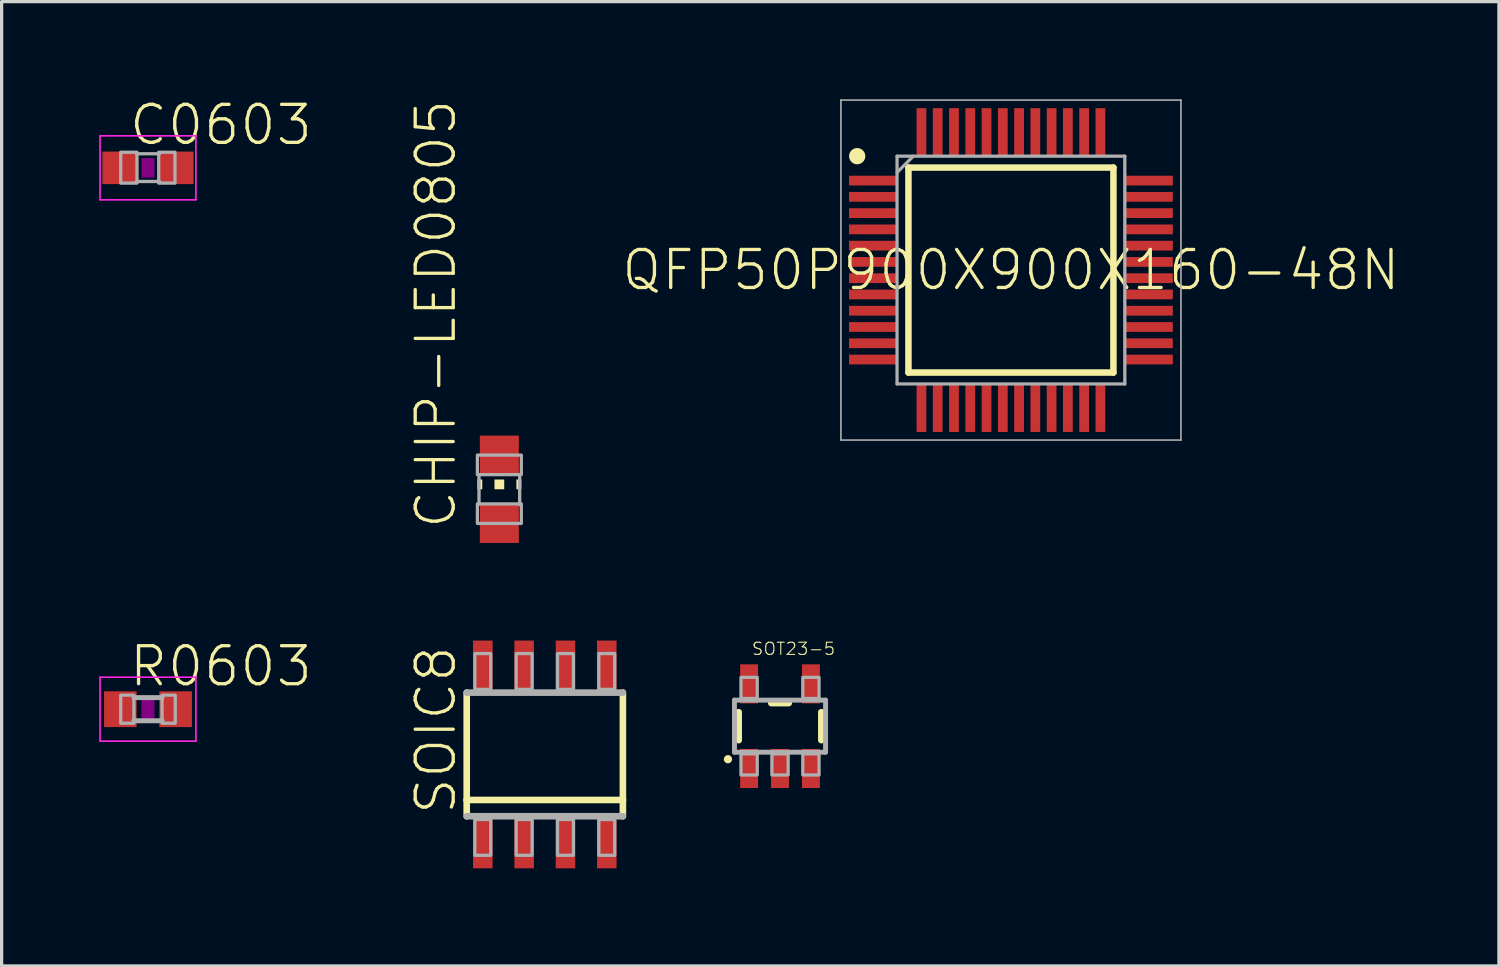
<source format=kicad_pcb>
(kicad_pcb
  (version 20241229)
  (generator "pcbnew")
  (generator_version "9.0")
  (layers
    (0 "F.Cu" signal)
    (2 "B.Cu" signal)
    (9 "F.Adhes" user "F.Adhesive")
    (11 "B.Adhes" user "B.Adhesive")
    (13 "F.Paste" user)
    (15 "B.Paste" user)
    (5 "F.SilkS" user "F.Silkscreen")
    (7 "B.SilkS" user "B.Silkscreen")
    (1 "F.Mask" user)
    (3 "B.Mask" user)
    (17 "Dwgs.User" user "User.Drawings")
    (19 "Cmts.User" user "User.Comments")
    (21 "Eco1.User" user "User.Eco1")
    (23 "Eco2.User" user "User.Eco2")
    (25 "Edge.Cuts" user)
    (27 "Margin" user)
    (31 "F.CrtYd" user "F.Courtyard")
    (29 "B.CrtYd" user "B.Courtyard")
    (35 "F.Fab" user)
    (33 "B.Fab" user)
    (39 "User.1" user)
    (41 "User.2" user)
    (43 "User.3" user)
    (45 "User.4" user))
  (footprint "R0603"
    (layer "F.Cu")
    (at 1.498 18.746)
    (property "Reference" "R0603" (at -0.635 -0.635 0) (layer "F.SilkS") (effects (font (size 1.168 1.168) (thickness 0.102)) (justify left bottom)))
    (fp_poly (pts (xy -0.2 0.4) (xy 0.2 0.4) (xy 0.2 -0.4) (xy -0.2 -0.4)) (stroke (width 0) (type solid)) (fill yes) (layer "F.Adhes"))
    (fp_line (start -1.473 -0.983) (end 1.473 -0.983) (stroke (width 0.051) (type solid)) (layer "F.CrtYd"))
    (fp_line (start -1.473 0.983) (end -1.473 -0.983) (stroke (width 0.051) (type solid)) (layer "F.CrtYd"))
    (fp_line (start 1.473 -0.983) (end 1.473 0.983) (stroke (width 0.051) (type solid)) (layer "F.CrtYd"))
    (fp_line (start 1.473 0.983) (end -1.473 0.983) (stroke (width 0.051) (type solid)) (layer "F.CrtYd"))
    (fp_line (start -0.432 0.356) (end 0.432 0.356) (stroke (width 0.152) (type solid)) (layer "F.Fab"))
    (fp_line (start 0.432 -0.356) (end -0.432 -0.356) (stroke (width 0.152) (type solid)) (layer "F.Fab"))
    (fp_poly (pts (xy -0.838 0.432) (xy -0.432 0.432) (xy -0.432 -0.432) (xy -0.838 -0.432)) (stroke (width 0.1) (type solid)) (fill no) (layer "F.Fab"))
    (fp_poly (pts (xy 0.432 0.432) (xy 0.838 0.432) (xy 0.838 -0.432) (xy 0.432 -0.432)) (stroke (width 0.1) (type solid)) (fill no) (layer "F.Fab"))
    (pad "1" smd rect (at -0.85 0) (size 1 1.1) (layers "F.Cu" "F.Mask" "F.Paste"))
    (pad "2" smd rect (at 0.85 0) (size 1 1.1) (layers "F.Cu" "F.Mask" "F.Paste")))
  (footprint "C0603"
    (layer "F.Cu")
    (at 1.498 2.108)
    (property "Reference" "C0603" (at -0.635 -0.635 0) (layer "F.SilkS") (effects (font (size 1.168 1.168) (thickness 0.102)) (justify left bottom)))
    (fp_poly (pts (xy -0.2 0.3) (xy 0.2 0.3) (xy 0.2 -0.3) (xy -0.2 -0.3)) (stroke (width 0) (type solid)) (fill yes) (layer "F.Adhes"))
    (fp_line (start -1.473 -0.983) (end 1.473 -0.983) (stroke (width 0.051) (type solid)) (layer "F.CrtYd"))
    (fp_line (start -1.473 0.983) (end -1.473 -0.983) (stroke (width 0.051) (type solid)) (layer "F.CrtYd"))
    (fp_line (start 1.473 -0.983) (end 1.473 0.983) (stroke (width 0.051) (type solid)) (layer "F.CrtYd"))
    (fp_line (start 1.473 0.983) (end -1.473 0.983) (stroke (width 0.051) (type solid)) (layer "F.CrtYd"))
    (fp_line (start -0.356 -0.432) (end 0.356 -0.432) (stroke (width 0.102) (type solid)) (layer "F.Fab"))
    (fp_line (start -0.356 0.419) (end 0.356 0.419) (stroke (width 0.102) (type solid)) (layer "F.Fab"))
    (fp_poly (pts (xy -0.838 0.47) (xy -0.338 0.47) (xy -0.338 -0.48) (xy -0.838 -0.48)) (stroke (width 0.1) (type solid)) (fill no) (layer "F.Fab"))
    (fp_poly (pts (xy 0.33 0.47) (xy 0.83 0.47) (xy 0.83 -0.48) (xy 0.33 -0.48)) (stroke (width 0.1) (type solid)) (fill no) (layer "F.Fab"))
    (pad "1" smd rect (at -0.85 0) (size 1.1 1) (layers "F.Cu" "F.Mask" "F.Paste"))
    (pad "2" smd rect (at 0.85 0) (size 1.1 1) (layers "F.Cu" "F.Mask" "F.Paste")))
  (footprint "CHIP-LED0805"
    (layer "F.Cu")
    (at 12.297 11.987)
    (property "Reference" "CHIP-LED0805" (at -1.27 1.27 90) (layer "F.SilkS") (effects (font (size 1.168 1.168) (thickness 0.102)) (justify left bottom)))
    (fp_poly (pts (xy -0.675 0) (xy -0.525 0) (xy -0.525 -0.3) (xy -0.675 -0.3)) (stroke (width 0) (type solid)) (fill yes) (layer "F.SilkS"))
    (fp_poly (pts (xy -0.15 0) (xy 0.15 0) (xy 0.15 -0.3) (xy -0.15 -0.3)) (stroke (width 0) (type solid)) (fill yes) (layer "F.SilkS"))
    (fp_poly (pts (xy 0.525 0) (xy 0.675 0) (xy 0.675 -0.3) (xy 0.525 -0.3)) (stroke (width 0) (type solid)) (fill yes) (layer "F.SilkS"))
    (fp_line (start -0.625 -0.45) (end -0.625 0.45) (stroke (width 0.102) (type solid)) (layer "F.Fab"))
    (fp_line (start 0.625 -0.45) (end 0.625 0.475) (stroke (width 0.102) (type solid)) (layer "F.Fab"))
    (fp_poly (pts (xy -0.675 -0.45) (xy 0.675 -0.45) (xy 0.675 -1.05) (xy -0.675 -1.05)) (stroke (width 0.1) (type solid)) (fill no) (layer "F.Fab"))
    (fp_poly (pts (xy -0.675 1.05) (xy 0.675 1.05) (xy 0.675 0.45) (xy -0.675 0.45)) (stroke (width 0.1) (type solid)) (fill no) (layer "F.Fab"))
    (pad "A" smd rect (at 0 1.05) (size 1.2 1.2) (layers "F.Cu" "F.Mask" "F.Paste"))
    (pad "C" smd rect (at 0 -1.05) (size 1.2 1.2) (layers "F.Cu" "F.Mask" "F.Paste")))
  (footprint "SOIC8"
    (layer "F.Cu")
    (at 13.694 20.137)
    (property "Reference" "SOIC8" (at -2.667 1.905 90) (layer "F.SilkS") (effects (font (size 1.168 1.168) (thickness 0.102)) (justify left bottom)))
    (fp_line (start -2.4 1.4) (end -2.4 -1.9) (stroke (width 0.203) (type solid)) (layer "F.SilkS"))
    (fp_line (start -2.4 1.9) (end -2.4 1.4) (stroke (width 0.203) (type solid)) (layer "F.SilkS"))
    (fp_line (start 2.4 -1.9) (end 2.4 1.4) (stroke (width 0.203) (type solid)) (layer "F.SilkS"))
    (fp_line (start 2.4 1.4) (end -2.4 1.4) (stroke (width 0.203) (type solid)) (layer "F.SilkS"))
    (fp_line (start 2.4 1.4) (end 2.4 1.9) (stroke (width 0.203) (type solid)) (layer "F.SilkS"))
    (fp_line (start -2.4 -1.9) (end 2.4 -1.9) (stroke (width 0.203) (type solid)) (layer "F.Fab"))
    (fp_line (start 2.4 1.9) (end -2.4 1.9) (stroke (width 0.203) (type solid)) (layer "F.Fab"))
    (fp_poly (pts (xy -2.15 -2) (xy -1.66 -2) (xy -1.66 -3.1) (xy -2.15 -3.1)) (stroke (width 0.1) (type solid)) (fill no) (layer "F.Fab"))
    (fp_poly (pts (xy -2.15 3.1) (xy -1.66 3.1) (xy -1.66 2) (xy -2.15 2)) (stroke (width 0.1) (type solid)) (fill no) (layer "F.Fab"))
    (fp_poly (pts (xy -0.88 -2) (xy -0.39 -2) (xy -0.39 -3.1) (xy -0.88 -3.1)) (stroke (width 0.1) (type solid)) (fill no) (layer "F.Fab"))
    (fp_poly (pts (xy -0.88 3.1) (xy -0.39 3.1) (xy -0.39 2) (xy -0.88 2)) (stroke (width 0.1) (type solid)) (fill no) (layer "F.Fab"))
    (fp_poly (pts (xy 0.39 -2) (xy 0.88 -2) (xy 0.88 -3.1) (xy 0.39 -3.1)) (stroke (width 0.1) (type solid)) (fill no) (layer "F.Fab"))
    (fp_poly (pts (xy 0.39 3.1) (xy 0.88 3.1) (xy 0.88 2) (xy 0.39 2)) (stroke (width 0.1) (type solid)) (fill no) (layer "F.Fab"))
    (fp_poly (pts (xy 1.66 -2) (xy 2.15 -2) (xy 2.15 -3.1) (xy 1.66 -3.1)) (stroke (width 0.1) (type solid)) (fill no) (layer "F.Fab"))
    (fp_poly (pts (xy 1.66 3.1) (xy 2.15 3.1) (xy 2.15 2) (xy 1.66 2)) (stroke (width 0.1) (type solid)) (fill no) (layer "F.Fab"))
    (pad "1" smd rect (at -1.905 2.75) (size 0.6 1.5) (layers "F.Cu" "F.Mask" "F.Paste"))
    (pad "2" smd rect (at -0.635 2.75) (size 0.6 1.5) (layers "F.Cu" "F.Mask" "F.Paste"))
    (pad "3" smd rect (at 0.635 2.75) (size 0.6 1.5) (layers "F.Cu" "F.Mask" "F.Paste"))
    (pad "4" smd rect (at 1.905 2.75) (size 0.6 1.5) (layers "F.Cu" "F.Mask" "F.Paste"))
    (pad "5" smd rect (at 1.905 -2.75) (size 0.6 1.5) (layers "F.Cu" "F.Mask" "F.Paste"))
    (pad "6" smd rect (at 0.635 -2.75) (size 0.6 1.5) (layers "F.Cu" "F.Mask" "F.Paste"))
    (pad "7" smd rect (at -0.635 -2.75) (size 0.6 1.5) (layers "F.Cu" "F.Mask" "F.Paste"))
    (pad "8" smd rect (at -1.905 -2.75) (size 0.6 1.5) (layers "F.Cu" "F.Mask" "F.Paste")))
  (footprint "SOT23-5"
    (layer "F.Cu")
    (at 20.923 19.268)
    (property "Reference" "SOT23-5" (at -0.889 -2.159 0) (layer "F.SilkS") (effects (font (size 0.374 0.374) (thickness 0.033)) (justify left bottom)))
    (fp_line (start -1.27 0.429) (end -1.27 -0.429) (stroke (width 0.203) (type solid)) (layer "F.SilkS"))
    (fp_line (start -0.268 -0.709) (end 0.268 -0.709) (stroke (width 0.203) (type solid)) (layer "F.SilkS"))
    (fp_line (start 1.27 -0.429) (end 1.27 0.429) (stroke (width 0.203) (type solid)) (layer "F.SilkS"))
    (fp_circle (center -1.6 1.016) (end -1.537 1.016) (stroke (width 0.127) (type solid)) (fill yes) (layer "F.SilkS"))
    (fp_line (start -1.4 -0.8) (end -1.4 0.8) (stroke (width 0.152) (type solid)) (layer "F.Fab"))
    (fp_line (start -1.4 -0.8) (end 1.4 -0.8) (stroke (width 0.152) (type solid)) (layer "F.Fab"))
    (fp_line (start 1.4 -0.8) (end 1.4 0.8) (stroke (width 0.152) (type solid)) (layer "F.Fab"))
    (fp_line (start 1.4 0.8) (end -1.4 0.8) (stroke (width 0.152) (type solid)) (layer "F.Fab"))
    (fp_poly (pts (xy -1.2 -0.85) (xy -0.7 -0.85) (xy -0.7 -1.5) (xy -1.2 -1.5)) (stroke (width 0.1) (type solid)) (fill no) (layer "F.Fab"))
    (fp_poly (pts (xy -1.2 1.5) (xy -0.7 1.5) (xy -0.7 0.85) (xy -1.2 0.85)) (stroke (width 0.1) (type solid)) (fill no) (layer "F.Fab"))
    (fp_poly (pts (xy -0.25 1.5) (xy 0.25 1.5) (xy 0.25 0.85) (xy -0.25 0.85)) (stroke (width 0.1) (type solid)) (fill no) (layer "F.Fab"))
    (fp_poly (pts (xy 0.7 -0.85) (xy 1.2 -0.85) (xy 1.2 -1.5) (xy 0.7 -1.5)) (stroke (width 0.1) (type solid)) (fill no) (layer "F.Fab"))
    (fp_poly (pts (xy 0.7 1.5) (xy 1.2 1.5) (xy 1.2 0.85) (xy 0.7 0.85)) (stroke (width 0.1) (type solid)) (fill no) (layer "F.Fab"))
    (pad "1" smd rect (at -0.95 1.3) (size 0.55 1.2) (layers "F.Cu" "F.Mask" "F.Paste"))
    (pad "2" smd rect (at 0 1.3) (size 0.55 1.2) (layers "F.Cu" "F.Mask" "F.Paste"))
    (pad "3" smd rect (at 0.95 1.3) (size 0.55 1.2) (layers "F.Cu" "F.Mask" "F.Paste"))
    (pad "4" smd rect (at 0.95 -1.3) (size 0.55 1.2) (layers "F.Cu" "F.Mask" "F.Paste"))
    (pad "5" smd rect (at -0.95 -1.3) (size 0.55 1.2) (layers "F.Cu" "F.Mask" "F.Paste")))
  (footprint "QFP50P900X900X160-48N"
    (layer "F.Cu")
    (at 28.02 5.25)
    (property "Reference" "QFP50P900X900X160-48N" (at 0 0 0) (layer "F.SilkS") (effects (font (size 1.168 1.168) (thickness 0.102))))
    (fp_line (start -3.15 -3.15) (end 3.15 -3.15) (stroke (width 0.2) (type solid)) (layer "F.SilkS"))
    (fp_line (start -3.15 3.15) (end -3.15 -3.15) (stroke (width 0.2) (type solid)) (layer "F.SilkS"))
    (fp_line (start 3.15 -3.15) (end 3.15 3.15) (stroke (width 0.2) (type solid)) (layer "F.SilkS"))
    (fp_line (start 3.15 3.15) (end -3.15 3.15) (stroke (width 0.2) (type solid)) (layer "F.SilkS"))
    (fp_circle (center -4.725 -3.5) (end -4.6 -3.5) (stroke (width 0.25) (type solid)) (fill no) (layer "F.SilkS"))
    (fp_line (start -5.225 -5.225) (end 5.225 -5.225) (stroke (width 0.05) (type solid)) (layer "F.Fab"))
    (fp_line (start -5.225 5.225) (end -5.225 -5.225) (stroke (width 0.05) (type solid)) (layer "F.Fab"))
    (fp_line (start -3.5 -3.5) (end 3.5 -3.5) (stroke (width 0.1) (type solid)) (layer "F.Fab"))
    (fp_line (start -3.5 -3) (end -3 -3.5) (stroke (width 0.1) (type solid)) (layer "F.Fab"))
    (fp_line (start -3.5 3.5) (end -3.5 -3.5) (stroke (width 0.1) (type solid)) (layer "F.Fab"))
    (fp_line (start 3.5 -3.5) (end 3.5 3.5) (stroke (width 0.1) (type solid)) (layer "F.Fab"))
    (fp_line (start 3.5 3.5) (end -3.5 3.5) (stroke (width 0.1) (type solid)) (layer "F.Fab"))
    (fp_line (start 5.225 -5.225) (end 5.225 5.225) (stroke (width 0.05) (type solid)) (layer "F.Fab"))
    (fp_line (start 5.225 5.225) (end -5.225 5.225) (stroke (width 0.05) (type solid)) (layer "F.Fab"))
    (pad "1" smd rect (at -4.238 -2.75) (size 1.475 0.3) (layers "F.Cu" "F.Mask" "F.Paste"))
    (pad "2" smd rect (at -4.238 -2.25) (size 1.475 0.3) (layers "F.Cu" "F.Mask" "F.Paste"))
    (pad "3" smd rect (at -4.238 -1.75) (size 1.475 0.3) (layers "F.Cu" "F.Mask" "F.Paste"))
    (pad "4" smd rect (at -4.238 -1.25) (size 1.475 0.3) (layers "F.Cu" "F.Mask" "F.Paste"))
    (pad "5" smd rect (at -4.238 -0.75) (size 1.475 0.3) (layers "F.Cu" "F.Mask" "F.Paste"))
    (pad "6" smd rect (at -4.238 -0.25) (size 1.475 0.3) (layers "F.Cu" "F.Mask" "F.Paste"))
    (pad "7" smd rect (at -4.238 0.25) (size 1.475 0.3) (layers "F.Cu" "F.Mask" "F.Paste"))
    (pad "8" smd rect (at -4.238 0.75) (size 1.475 0.3) (layers "F.Cu" "F.Mask" "F.Paste"))
    (pad "9" smd rect (at -4.238 1.25) (size 1.475 0.3) (layers "F.Cu" "F.Mask" "F.Paste"))
    (pad "10" smd rect (at -4.238 1.75) (size 1.475 0.3) (layers "F.Cu" "F.Mask" "F.Paste"))
    (pad "11" smd rect (at -4.238 2.25) (size 1.475 0.3) (layers "F.Cu" "F.Mask" "F.Paste"))
    (pad "12" smd rect (at -4.238 2.75) (size 1.475 0.3) (layers "F.Cu" "F.Mask" "F.Paste"))
    (pad "13" smd rect (at -2.75 4.238 90) (size 1.475 0.3) (layers "F.Cu" "F.Mask" "F.Paste"))
    (pad "14" smd rect (at -2.25 4.238 90) (size 1.475 0.3) (layers "F.Cu" "F.Mask" "F.Paste"))
    (pad "15" smd rect (at -1.75 4.238 90) (size 1.475 0.3) (layers "F.Cu" "F.Mask" "F.Paste"))
    (pad "16" smd rect (at -1.25 4.238 90) (size 1.475 0.3) (layers "F.Cu" "F.Mask" "F.Paste"))
    (pad "17" smd rect (at -0.75 4.238 90) (size 1.475 0.3) (layers "F.Cu" "F.Mask" "F.Paste"))
    (pad "18" smd rect (at -0.25 4.238 90) (size 1.475 0.3) (layers "F.Cu" "F.Mask" "F.Paste"))
    (pad "19" smd rect (at 0.25 4.238 90) (size 1.475 0.3) (layers "F.Cu" "F.Mask" "F.Paste"))
    (pad "20" smd rect (at 0.75 4.238 90) (size 1.475 0.3) (layers "F.Cu" "F.Mask" "F.Paste"))
    (pad "21" smd rect (at 1.25 4.238 90) (size 1.475 0.3) (layers "F.Cu" "F.Mask" "F.Paste"))
    (pad "22" smd rect (at 1.75 4.238 90) (size 1.475 0.3) (layers "F.Cu" "F.Mask" "F.Paste"))
    (pad "23" smd rect (at 2.25 4.238 90) (size 1.475 0.3) (layers "F.Cu" "F.Mask" "F.Paste"))
    (pad "24" smd rect (at 2.75 4.238 90) (size 1.475 0.3) (layers "F.Cu" "F.Mask" "F.Paste"))
    (pad "25" smd rect (at 4.238 2.75) (size 1.475 0.3) (layers "F.Cu" "F.Mask" "F.Paste"))
    (pad "26" smd rect (at 4.238 2.25) (size 1.475 0.3) (layers "F.Cu" "F.Mask" "F.Paste"))
    (pad "27" smd rect (at 4.238 1.75) (size 1.475 0.3) (layers "F.Cu" "F.Mask" "F.Paste"))
    (pad "28" smd rect (at 4.238 1.25) (size 1.475 0.3) (layers "F.Cu" "F.Mask" "F.Paste"))
    (pad "29" smd rect (at 4.238 0.75) (size 1.475 0.3) (layers "F.Cu" "F.Mask" "F.Paste"))
    (pad "30" smd rect (at 4.238 0.25) (size 1.475 0.3) (layers "F.Cu" "F.Mask" "F.Paste"))
    (pad "31" smd rect (at 4.238 -0.25) (size 1.475 0.3) (layers "F.Cu" "F.Mask" "F.Paste"))
    (pad "32" smd rect (at 4.238 -0.75) (size 1.475 0.3) (layers "F.Cu" "F.Mask" "F.Paste"))
    (pad "33" smd rect (at 4.238 -1.25) (size 1.475 0.3) (layers "F.Cu" "F.Mask" "F.Paste"))
    (pad "34" smd rect (at 4.238 -1.75) (size 1.475 0.3) (layers "F.Cu" "F.Mask" "F.Paste"))
    (pad "35" smd rect (at 4.238 -2.25) (size 1.475 0.3) (layers "F.Cu" "F.Mask" "F.Paste"))
    (pad "36" smd rect (at 4.238 -2.75) (size 1.475 0.3) (layers "F.Cu" "F.Mask" "F.Paste"))
    (pad "37" smd rect (at 2.75 -4.238 90) (size 1.475 0.3) (layers "F.Cu" "F.Mask" "F.Paste"))
    (pad "38" smd rect (at 2.25 -4.238 90) (size 1.475 0.3) (layers "F.Cu" "F.Mask" "F.Paste"))
    (pad "39" smd rect (at 1.75 -4.238 90) (size 1.475 0.3) (layers "F.Cu" "F.Mask" "F.Paste"))
    (pad "40" smd rect (at 1.25 -4.238 90) (size 1.475 0.3) (layers "F.Cu" "F.Mask" "F.Paste"))
    (pad "41" smd rect (at 0.75 -4.238 90) (size 1.475 0.3) (layers "F.Cu" "F.Mask" "F.Paste"))
    (pad "42" smd rect (at 0.25 -4.238 90) (size 1.475 0.3) (layers "F.Cu" "F.Mask" "F.Paste"))
    (pad "43" smd rect (at -0.25 -4.238 90) (size 1.475 0.3) (layers "F.Cu" "F.Mask" "F.Paste"))
    (pad "44" smd rect (at -0.75 -4.238 90) (size 1.475 0.3) (layers "F.Cu" "F.Mask" "F.Paste"))
    (pad "45" smd rect (at -1.25 -4.238 90) (size 1.475 0.3) (layers "F.Cu" "F.Mask" "F.Paste"))
    (pad "46" smd rect (at -1.75 -4.238 90) (size 1.475 0.3) (layers "F.Cu" "F.Mask" "F.Paste"))
    (pad "47" smd rect (at -2.25 -4.238 90) (size 1.475 0.3) (layers "F.Cu" "F.Mask" "F.Paste"))
    (pad "48" smd rect (at -2.75 -4.238 90) (size 1.475 0.3) (layers "F.Cu" "F.Mask" "F.Paste")))
  (gr_rect
    (start -3 -3)
    (end 43.018 26.637)
    (stroke (width 0.1) (type default))
    (fill no)
    (layer "Edge.Cuts")))
</source>
